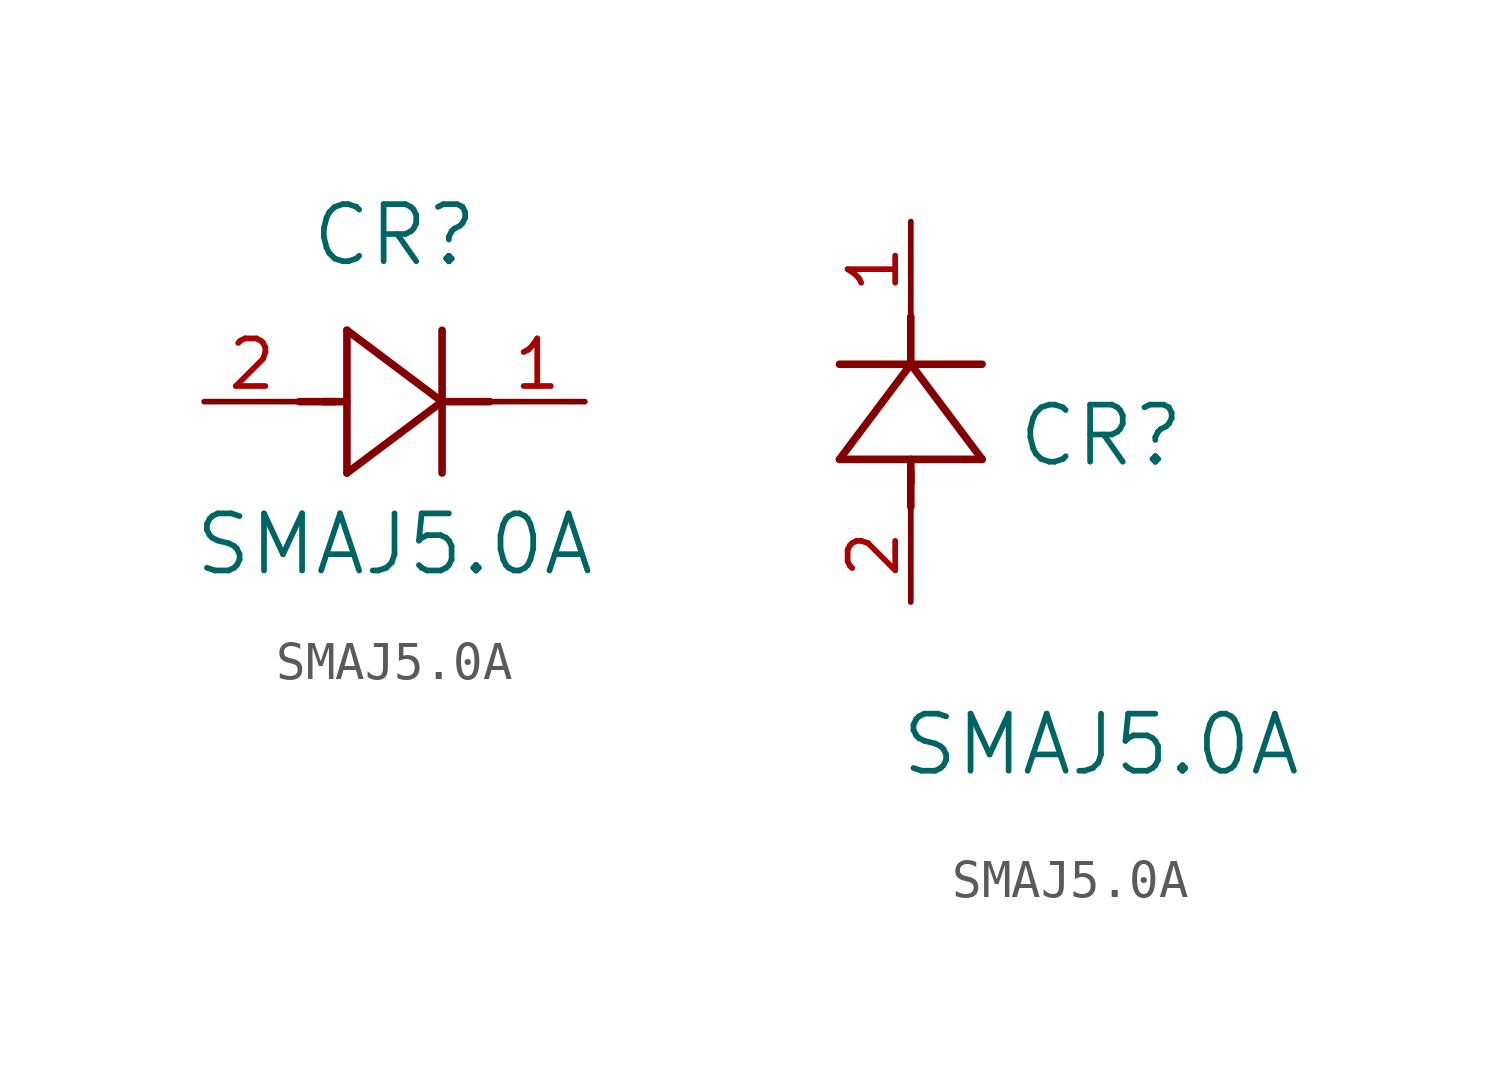
<source format=kicad_sym>
(kicad_symbol_lib
  (version 20211014)
  (generator kicad_symbol_editor)
  (symbol "SMAJ5.0A"
    (pin_names
      (offset 0.254))
    (property "Reference" "CR"
      (at 5.08 4.445 0)
      (effects (font (size 1.524 1.524))))
    (property "Value" "SMAJ5.0A"
      (at 5.08 -3.81 0)
      (effects (font (size 1.524 1.524))))
    (symbol "SMAJ5.0A_1_1"
      (polyline (pts (xy 2.54 0) (xy 3.48 0)) (stroke (width 0.203) (type default) (color 0 0 0 0)) (fill (type none)))
      (polyline (pts (xy 3.81 1.905) (xy 3.81 -1.905)) (stroke (width 0.203) (type default) (color 0 0 0 0)) (fill (type none)))
      (polyline (pts (xy 3.175 0) (xy 3.81 0)) (stroke (width 0.203) (type default) (color 0 0 0 0)) (fill (type none)))
      (polyline (pts (xy 6.35 -1.905) (xy 6.35 1.905)) (stroke (width 0.203) (type default) (color 0 0 0 0)) (fill (type none)))
      (polyline (pts (xy 6.35 0) (xy 7.62 0)) (stroke (width 0.203) (type default) (color 0 0 0 0)) (fill (type none)))
      (polyline (pts (xy 6.35 0) (xy 3.81 1.905)) (stroke (width 0.203) (type default) (color 0 0 0 0)) (fill (type none)))
      (polyline (pts (xy 3.81 -1.905) (xy 6.35 0)) (stroke (width 0.203) (type default) (color 0 0 0 0)) (fill (type none)))
      (pin unspecified line (at 0 0 0) (length 2.54) (name "" (effects (font (size 1.27 1.27)))) (number "2" (effects (font (size 1.27 1.27)))))
      (pin unspecified line (at 10.16 0 180) (length 2.54) (name "" (effects (font (size 1.27 1.27)))) (number "1" (effects (font (size 1.27 1.27))))))
    (symbol "SMAJ5.0A_1_2"
      (polyline (pts (xy 0 2.54) (xy 0 3.48)) (stroke (width 0.203) (type default) (color 0 0 0 0)) (fill (type none)))
      (polyline (pts (xy -1.905 3.81) (xy 1.905 3.81)) (stroke (width 0.203) (type default) (color 0 0 0 0)) (fill (type none)))
      (polyline (pts (xy 0 3.175) (xy 0 3.81)) (stroke (width 0.203) (type default) (color 0 0 0 0)) (fill (type none)))
      (polyline (pts (xy 1.905 6.35) (xy -1.905 6.35)) (stroke (width 0.203) (type default) (color 0 0 0 0)) (fill (type none)))
      (polyline (pts (xy 0 6.35) (xy 0 7.62)) (stroke (width 0.203) (type default) (color 0 0 0 0)) (fill (type none)))
      (polyline (pts (xy 0 6.35) (xy -1.905 3.81)) (stroke (width 0.203) (type default) (color 0 0 0 0)) (fill (type none)))
      (polyline (pts (xy 1.905 3.81) (xy 0 6.35)) (stroke (width 0.203) (type default) (color 0 0 0 0)) (fill (type none)))
      (pin unspecified line (at 0 0 90) (length 2.54) (name "" (effects (font (size 1.27 1.27)))) (number "2" (effects (font (size 1.27 1.27)))))
      (pin unspecified line (at 0 10.16 270) (length 2.54) (name "" (effects (font (size 1.27 1.27)))) (number "1" (effects (font (size 1.27 1.27))))))))
</source>
